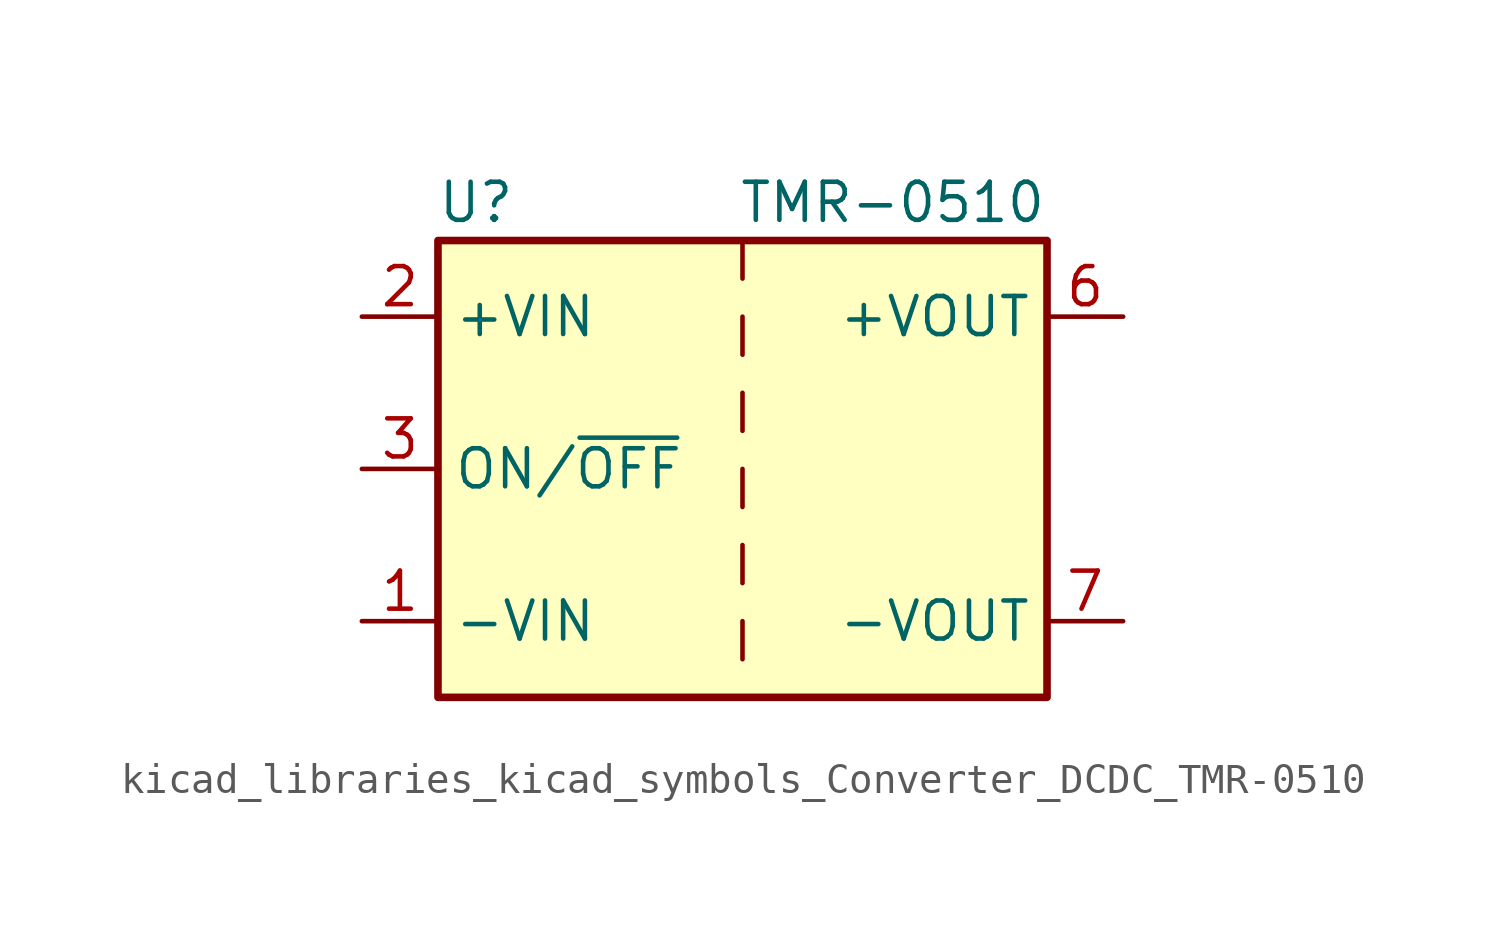
<source format=kicad_sym>
(kicad_symbol_lib
  (version 20220914)
  (generator kicad_symbol_editor)
  (symbol "kicad_libraries_kicad_symbols_Converter_DCDC_TMR-0510"
    (property "Reference" "U"
      (at -8.89 8.89 0)
      (effects (font (size 1.27 1.27))))
    (property "Value" "TMR-0510"
      (at 10.16 8.89 0)
      (effects (font (size 1.27 1.27)) (justify right)))
    (symbol "kicad_libraries_kicad_symbols_Converter_DCDC_TMR-0510_0_1"
      (rectangle (start -10.16 7.62) (end 10.16 -7.62) (stroke (width 0.254) (type default)) (fill (type background)))
      (polyline (pts (xy 0 -5.08) (xy 0 -6.35)) (stroke (width 0) (type default)) (fill (type none)))
      (polyline (pts (xy 0 -2.54) (xy 0 -3.81)) (stroke (width 0) (type default)) (fill (type none)))
      (polyline (pts (xy 0 0) (xy 0 -1.27)) (stroke (width 0) (type default)) (fill (type none)))
      (polyline (pts (xy 0 2.54) (xy 0 1.27)) (stroke (width 0) (type default)) (fill (type none)))
      (polyline (pts (xy 0 5.08) (xy 0 3.81)) (stroke (width 0) (type default)) (fill (type none)))
      (polyline (pts (xy 0 7.62) (xy 0 6.35)) (stroke (width 0) (type default)) (fill (type none))))
    (symbol "kicad_libraries_kicad_symbols_Converter_DCDC_TMR-0510_1_1"
      (pin power_in line (at -12.7 -5.08 0) (length 2.54) (name "-VIN" (effects (font (size 1.27 1.27)))) (number "1" (effects (font (size 1.27 1.27)))))
      (pin power_in line (at -12.7 5.08 0) (length 2.54) (name "+VIN" (effects (font (size 1.27 1.27)))) (number "2" (effects (font (size 1.27 1.27)))))
      (pin input line (at -12.7 0 0) (length 2.54) (name "ON/~{OFF}" (effects (font (size 1.27 1.27)))) (number "3" (effects (font (size 1.27 1.27)))))
      (pin no_connect line (at 10.16 2.54 180) (length 2.54) hide (name "NC" (effects (font (size 1.27 1.27)))) (number "5" (effects (font (size 1.27 1.27)))))
      (pin power_out line (at 12.7 5.08 180) (length 2.54) (name "+VOUT" (effects (font (size 1.27 1.27)))) (number "6" (effects (font (size 1.27 1.27)))))
      (pin power_out line (at 12.7 -5.08 180) (length 2.54) (name "-VOUT" (effects (font (size 1.27 1.27)))) (number "7" (effects (font (size 1.27 1.27)))))
      (pin no_connect line (at 10.16 0 180) (length 2.54) hide (name "NC" (effects (font (size 1.27 1.27)))) (number "8" (effects (font (size 1.27 1.27))))))))
</source>
